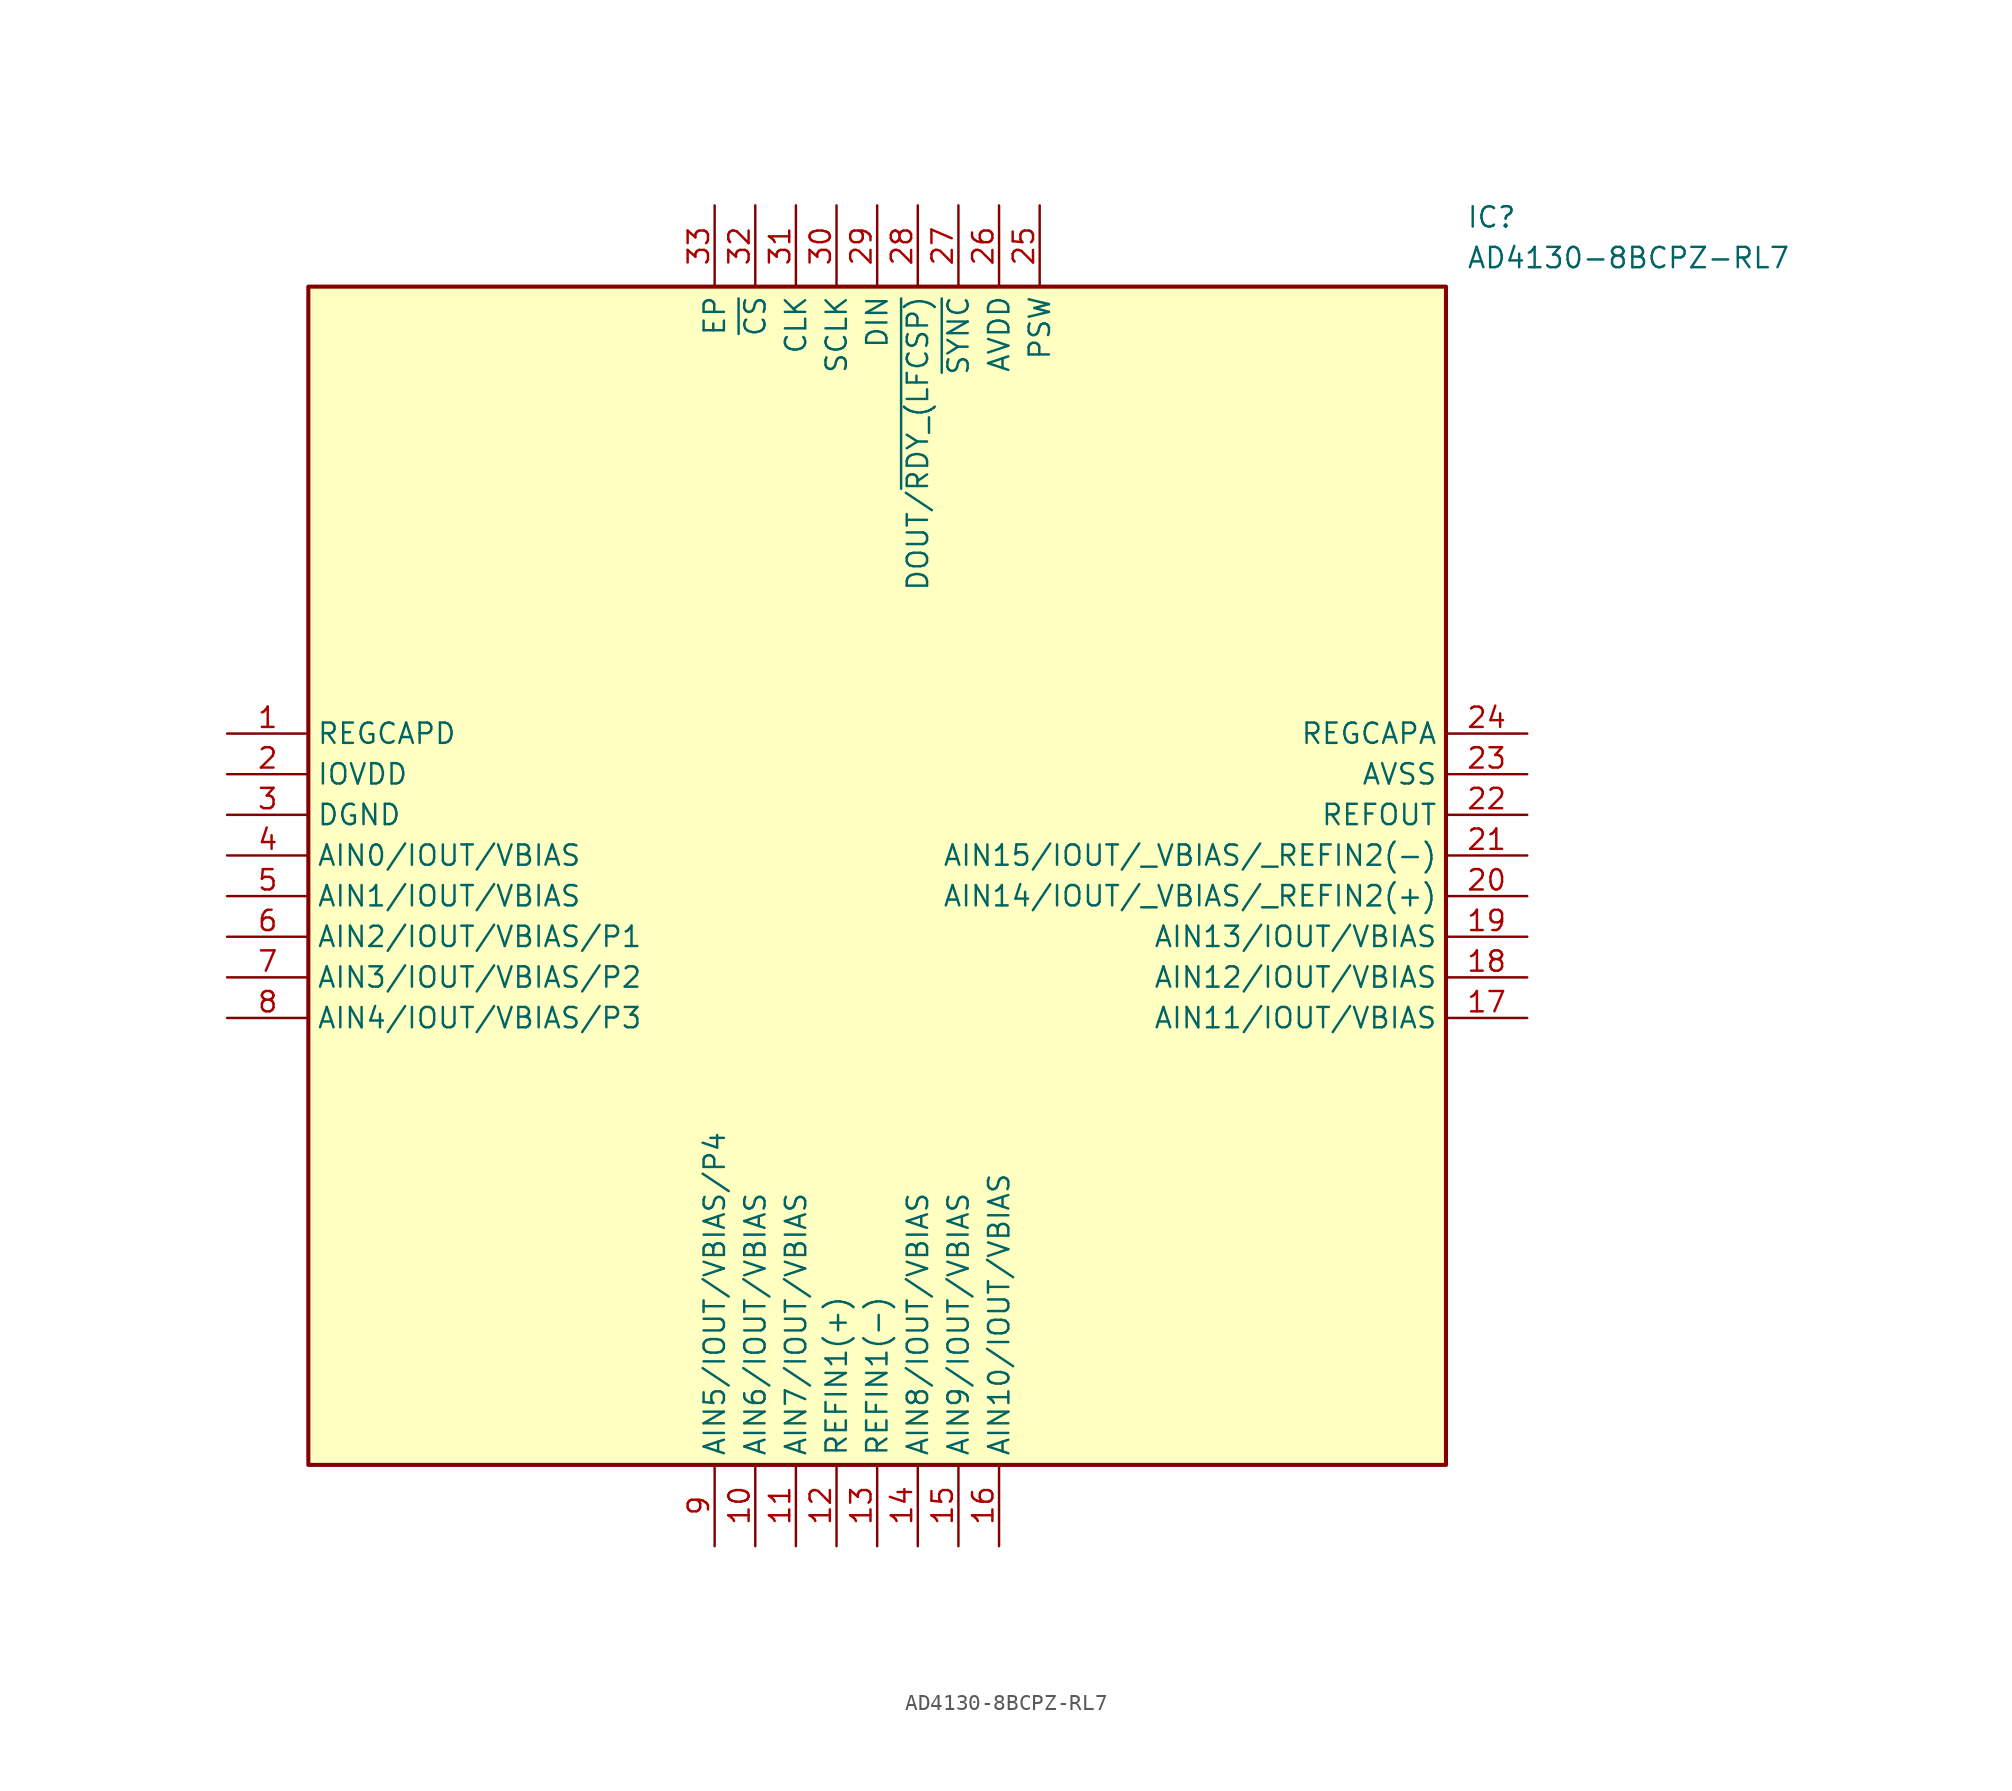
<source format=kicad_sym>
(kicad_symbol_lib
  (version 20211014)
  (generator SamacSys_ECAD_Model)
  (symbol "AD4130-8BCPZ-RL7"
    (property "Reference" "IC"
      (at 77.47 33.02 0)
      (effects (font (size 1.27 1.27)) (justify left top)))
    (property "Value" "AD4130-8BCPZ-RL7"
      (at 77.47 30.48 0)
      (effects (font (size 1.27 1.27)) (justify left top)))
    (rectangle
      (start 5.08 27.94)
      (end 76.2 -45.72)
      (stroke (width 0.254) (type default))
      (fill (type background)))
    (pin passive line
      (at 0 0 0)
      (length 5.08)
      (name "REGCAPD" (effects (font (size 1.27 1.27))))
      (number "1" (effects (font (size 1.27 1.27)))))
    (pin passive line
      (at 0 -2.54 0)
      (length 5.08)
      (name "IOVDD" (effects (font (size 1.27 1.27))))
      (number "2" (effects (font (size 1.27 1.27)))))
    (pin passive line
      (at 0 -5.08 0)
      (length 5.08)
      (name "DGND" (effects (font (size 1.27 1.27))))
      (number "3" (effects (font (size 1.27 1.27)))))
    (pin passive line
      (at 0 -7.62 0)
      (length 5.08)
      (name "AIN0/IOUT/VBIAS" (effects (font (size 1.27 1.27))))
      (number "4" (effects (font (size 1.27 1.27)))))
    (pin passive line
      (at 0 -10.16 0)
      (length 5.08)
      (name "AIN1/IOUT/VBIAS" (effects (font (size 1.27 1.27))))
      (number "5" (effects (font (size 1.27 1.27)))))
    (pin passive line
      (at 0 -12.7 0)
      (length 5.08)
      (name "AIN2/IOUT/VBIAS/P1" (effects (font (size 1.27 1.27))))
      (number "6" (effects (font (size 1.27 1.27)))))
    (pin passive line
      (at 0 -15.24 0)
      (length 5.08)
      (name "AIN3/IOUT/VBIAS/P2" (effects (font (size 1.27 1.27))))
      (number "7" (effects (font (size 1.27 1.27)))))
    (pin passive line
      (at 0 -17.78 0)
      (length 5.08)
      (name "AIN4/IOUT/VBIAS/P3" (effects (font (size 1.27 1.27))))
      (number "8" (effects (font (size 1.27 1.27)))))
    (pin passive line
      (at 30.48 -50.8 90)
      (length 5.08)
      (name "AIN5/IOUT/VBIAS/P4" (effects (font (size 1.27 1.27))))
      (number "9" (effects (font (size 1.27 1.27)))))
    (pin passive line
      (at 33.02 -50.8 90)
      (length 5.08)
      (name "AIN6/IOUT/VBIAS" (effects (font (size 1.27 1.27))))
      (number "10" (effects (font (size 1.27 1.27)))))
    (pin passive line
      (at 35.56 -50.8 90)
      (length 5.08)
      (name "AIN7/IOUT/VBIAS" (effects (font (size 1.27 1.27))))
      (number "11" (effects (font (size 1.27 1.27)))))
    (pin passive line
      (at 38.1 -50.8 90)
      (length 5.08)
      (name "REFIN1(+)" (effects (font (size 1.27 1.27))))
      (number "12" (effects (font (size 1.27 1.27)))))
    (pin passive line
      (at 40.64 -50.8 90)
      (length 5.08)
      (name "REFIN1(-)" (effects (font (size 1.27 1.27))))
      (number "13" (effects (font (size 1.27 1.27)))))
    (pin passive line
      (at 43.18 -50.8 90)
      (length 5.08)
      (name "AIN8/IOUT/VBIAS" (effects (font (size 1.27 1.27))))
      (number "14" (effects (font (size 1.27 1.27)))))
    (pin passive line
      (at 45.72 -50.8 90)
      (length 5.08)
      (name "AIN9/IOUT/VBIAS" (effects (font (size 1.27 1.27))))
      (number "15" (effects (font (size 1.27 1.27)))))
    (pin passive line
      (at 48.26 -50.8 90)
      (length 5.08)
      (name "AIN10/IOUT/VBIAS" (effects (font (size 1.27 1.27))))
      (number "16" (effects (font (size 1.27 1.27)))))
    (pin passive line
      (at 81.28 0 180)
      (length 5.08)
      (name "REGCAPA" (effects (font (size 1.27 1.27))))
      (number "24" (effects (font (size 1.27 1.27)))))
    (pin passive line
      (at 81.28 -2.54 180)
      (length 5.08)
      (name "AVSS" (effects (font (size 1.27 1.27))))
      (number "23" (effects (font (size 1.27 1.27)))))
    (pin passive line
      (at 81.28 -5.08 180)
      (length 5.08)
      (name "REFOUT" (effects (font (size 1.27 1.27))))
      (number "22" (effects (font (size 1.27 1.27)))))
    (pin passive line
      (at 81.28 -7.62 180)
      (length 5.08)
      (name "AIN15/IOUT/_VBIAS/_REFIN2(-)" (effects (font (size 1.27 1.27))))
      (number "21" (effects (font (size 1.27 1.27)))))
    (pin passive line
      (at 81.28 -10.16 180)
      (length 5.08)
      (name "AIN14/IOUT/_VBIAS/_REFIN2(+)" (effects (font (size 1.27 1.27))))
      (number "20" (effects (font (size 1.27 1.27)))))
    (pin passive line
      (at 81.28 -12.7 180)
      (length 5.08)
      (name "AIN13/IOUT/VBIAS" (effects (font (size 1.27 1.27))))
      (number "19" (effects (font (size 1.27 1.27)))))
    (pin passive line
      (at 81.28 -15.24 180)
      (length 5.08)
      (name "AIN12/IOUT/VBIAS" (effects (font (size 1.27 1.27))))
      (number "18" (effects (font (size 1.27 1.27)))))
    (pin passive line
      (at 81.28 -17.78 180)
      (length 5.08)
      (name "AIN11/IOUT/VBIAS" (effects (font (size 1.27 1.27))))
      (number "17" (effects (font (size 1.27 1.27)))))
    (pin passive line
      (at 30.48 33.02 270)
      (length 5.08)
      (name "EP" (effects (font (size 1.27 1.27))))
      (number "33" (effects (font (size 1.27 1.27)))))
    (pin passive line
      (at 33.02 33.02 270)
      (length 5.08)
      (name "~{CS}" (effects (font (size 1.27 1.27))))
      (number "32" (effects (font (size 1.27 1.27)))))
    (pin passive line
      (at 35.56 33.02 270)
      (length 5.08)
      (name "CLK" (effects (font (size 1.27 1.27))))
      (number "31" (effects (font (size 1.27 1.27)))))
    (pin passive line
      (at 38.1 33.02 270)
      (length 5.08)
      (name "SCLK" (effects (font (size 1.27 1.27))))
      (number "30" (effects (font (size 1.27 1.27)))))
    (pin passive line
      (at 40.64 33.02 270)
      (length 5.08)
      (name "DIN" (effects (font (size 1.27 1.27))))
      (number "29" (effects (font (size 1.27 1.27)))))
    (pin passive line
      (at 43.18 33.02 270)
      (length 5.08)
      (name "DOUT/~{RDY_(LFCSP)}" (effects (font (size 1.27 1.27))))
      (number "28" (effects (font (size 1.27 1.27)))))
    (pin passive line
      (at 45.72 33.02 270)
      (length 5.08)
      (name "~{SYNC}" (effects (font (size 1.27 1.27))))
      (number "27" (effects (font (size 1.27 1.27)))))
    (pin passive line
      (at 48.26 33.02 270)
      (length 5.08)
      (name "AVDD" (effects (font (size 1.27 1.27))))
      (number "26" (effects (font (size 1.27 1.27)))))
    (pin passive line
      (at 50.8 33.02 270)
      (length 5.08)
      (name "PSW" (effects (font (size 1.27 1.27))))
      (number "25" (effects (font (size 1.27 1.27)))))))
</source>
